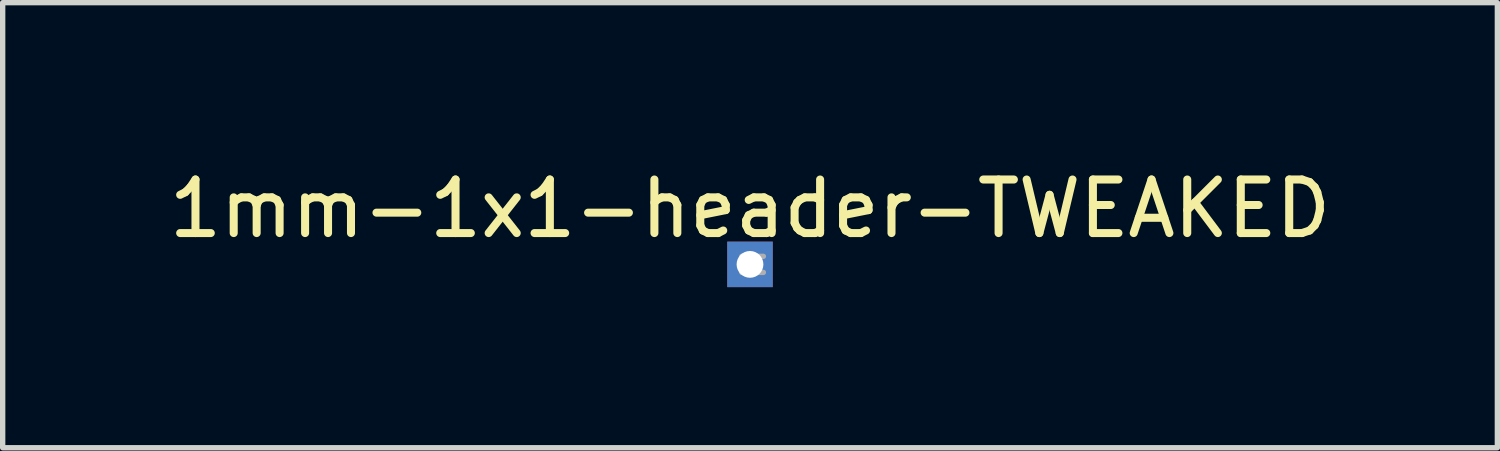
<source format=kicad_pcb>
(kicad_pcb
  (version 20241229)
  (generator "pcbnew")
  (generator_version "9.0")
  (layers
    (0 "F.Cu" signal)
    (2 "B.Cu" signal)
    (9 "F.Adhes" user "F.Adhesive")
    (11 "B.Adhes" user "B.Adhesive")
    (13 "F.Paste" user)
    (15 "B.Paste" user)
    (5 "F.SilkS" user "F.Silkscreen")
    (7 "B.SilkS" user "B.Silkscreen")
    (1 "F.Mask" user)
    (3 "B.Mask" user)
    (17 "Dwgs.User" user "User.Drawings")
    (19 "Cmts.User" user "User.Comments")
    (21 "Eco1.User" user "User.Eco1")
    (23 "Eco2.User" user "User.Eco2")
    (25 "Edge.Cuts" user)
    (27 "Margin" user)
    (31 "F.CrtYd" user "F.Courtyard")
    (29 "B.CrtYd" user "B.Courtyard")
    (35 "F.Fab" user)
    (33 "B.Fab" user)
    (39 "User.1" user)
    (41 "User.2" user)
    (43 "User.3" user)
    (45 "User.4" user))
  (footprint "1mm-1x1-header-TWEAKED"
    (layer "F.Cu")
    (at 10.958 1.888)
    (property "Reference" "1mm-1x1-header-TWEAKED" (at 0 -1.04 0) (layer "F.SilkS") (effects (font (size 1 1) (thickness 0.15))))
    (attr through_hole)
    (fp_line (start -0.15 -0.15) (end -0.15 0.15) (stroke (width 0.1) (type solid)) (layer "F.Fab"))
    (fp_line (start -0.15 -0.15) (end 0.25 -0.15) (stroke (width 0.1) (type solid)) (layer "F.Fab"))
    (fp_line (start -0.15 0.15) (end 0.25 0.15) (stroke (width 0.1) (type solid)) (layer "F.Fab"))
    (pad "1" thru_hole rect (at 0 0) (size 0.85 0.85) (drill 0.5) (layers "*.Cu" "*.Mask")))
  (gr_rect
    (start -3 -3)
    (end 24.917 5.313)
    (stroke (width 0.1) (type default))
    (fill no)
    (layer "Edge.Cuts")))
</source>
